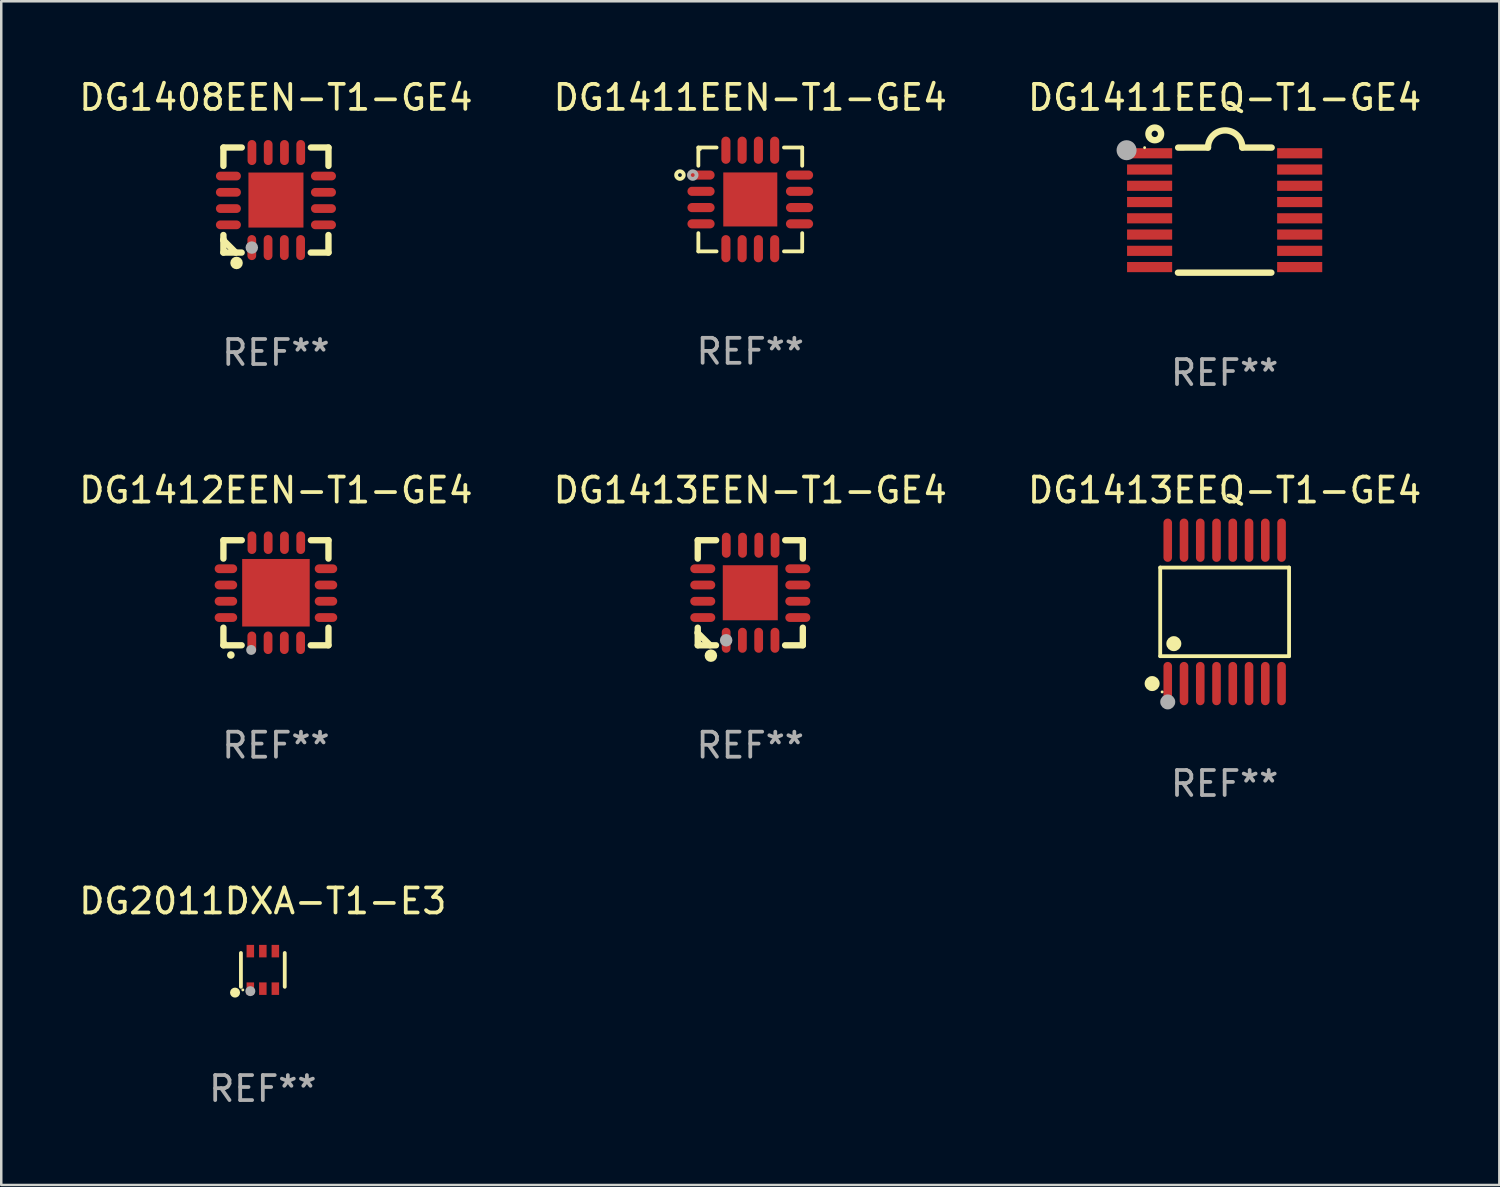
<source format=kicad_pcb>
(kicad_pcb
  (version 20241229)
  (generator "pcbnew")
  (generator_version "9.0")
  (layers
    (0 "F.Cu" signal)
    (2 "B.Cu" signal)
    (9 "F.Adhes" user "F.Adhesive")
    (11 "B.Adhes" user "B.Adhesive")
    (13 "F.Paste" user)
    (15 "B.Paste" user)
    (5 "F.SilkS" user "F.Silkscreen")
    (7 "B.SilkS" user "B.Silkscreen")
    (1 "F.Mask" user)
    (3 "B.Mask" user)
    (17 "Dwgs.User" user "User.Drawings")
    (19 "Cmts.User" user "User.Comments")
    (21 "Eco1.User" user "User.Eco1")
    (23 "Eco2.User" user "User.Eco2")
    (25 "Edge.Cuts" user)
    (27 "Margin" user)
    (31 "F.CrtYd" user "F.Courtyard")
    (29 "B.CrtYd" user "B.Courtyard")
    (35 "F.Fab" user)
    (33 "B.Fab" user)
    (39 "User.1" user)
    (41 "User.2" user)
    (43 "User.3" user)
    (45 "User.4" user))
  (footprint "DG1413EEQ-T1-GE4"
    (layer "F.Cu")
    (at 45.911 21.413)
    (property "Reference" "DG1413EEQ-T1-GE4" (at 0 -4.866 0) (layer "F.SilkS") (effects (font (size 1 1) (thickness 0.15))))
    (attr through_hole)
    (fp_line (start -2.576 -1.772) (end 2.576 -1.772) (stroke (width 0.152) (type solid)) (layer "F.SilkS"))
    (fp_line (start -2.576 1.771) (end -2.576 -1.772) (stroke (width 0.152) (type solid)) (layer "F.SilkS"))
    (fp_line (start 2.576 -1.772) (end 2.576 1.771) (stroke (width 0.152) (type solid)) (layer "F.SilkS"))
    (fp_line (start 2.576 1.771) (end -2.576 1.771) (stroke (width 0.152) (type solid)) (layer "F.SilkS"))
    (fp_circle (center -2.899 2.866) (end -2.749 2.866) (stroke (width 0.3) (type solid)) (fill no) (layer "F.SilkS"))
    (fp_circle (center -2.5 3.2) (end -2.47 3.2) (stroke (width 0.06) (type solid)) (fill no) (layer "F.SilkS"))
    (fp_circle (center -2.032 1.27) (end -1.882 1.27) (stroke (width 0.3) (type solid)) (fill no) (layer "F.SilkS"))
    (fp_circle (center -2.275 3.6) (end -2.125 3.6) (stroke (width 0.3) (type solid)) (fill no) (layer "F.Fab"))
    (fp_text user "REF**" (at 0 6.866 0) (layer "F.Fab") (effects (font (size 1 1) (thickness 0.15))))
    (pad "1" smd oval (at -2.275 2.866) (size 0.343 1.731) (layers "F.Cu" "F.Mask" "F.Paste"))
    (pad "2" smd oval (at -1.625 2.866) (size 0.343 1.731) (layers "F.Cu" "F.Mask" "F.Paste"))
    (pad "3" smd oval (at -0.975 2.866) (size 0.343 1.731) (layers "F.Cu" "F.Mask" "F.Paste"))
    (pad "4" smd oval (at -0.325 2.866) (size 0.343 1.731) (layers "F.Cu" "F.Mask" "F.Paste"))
    (pad "5" smd oval (at 0.325 2.866) (size 0.343 1.731) (layers "F.Cu" "F.Mask" "F.Paste"))
    (pad "6" smd oval (at 0.975 2.866) (size 0.343 1.731) (layers "F.Cu" "F.Mask" "F.Paste"))
    (pad "7" smd oval (at 1.625 2.866) (size 0.343 1.731) (layers "F.Cu" "F.Mask" "F.Paste"))
    (pad "8" smd oval (at 2.275 2.866) (size 0.343 1.731) (layers "F.Cu" "F.Mask" "F.Paste"))
    (pad "9" smd oval (at 2.275 -2.866) (size 0.343 1.731) (layers "F.Cu" "F.Mask" "F.Paste"))
    (pad "10" smd oval (at 1.625 -2.866) (size 0.343 1.731) (layers "F.Cu" "F.Mask" "F.Paste"))
    (pad "11" smd oval (at 0.975 -2.866) (size 0.343 1.731) (layers "F.Cu" "F.Mask" "F.Paste"))
    (pad "12" smd oval (at 0.325 -2.866) (size 0.343 1.731) (layers "F.Cu" "F.Mask" "F.Paste"))
    (pad "13" smd oval (at -0.325 -2.866) (size 0.343 1.731) (layers "F.Cu" "F.Mask" "F.Paste"))
    (pad "14" smd oval (at -0.975 -2.866) (size 0.343 1.731) (layers "F.Cu" "F.Mask" "F.Paste"))
    (pad "15" smd oval (at -1.625 -2.866) (size 0.343 1.731) (layers "F.Cu" "F.Mask" "F.Paste"))
    (pad "16" smd oval (at -2.275 -2.866) (size 0.343 1.731) (layers "F.Cu" "F.Mask" "F.Paste")))
  (footprint "DG1413EEN-T1-GE4"
    (layer "F.Cu")
    (at 26.946 20.648)
    (property "Reference" "DG1413EEN-T1-GE4" (at 0 -4.1 0) (layer "F.SilkS") (effects (font (size 1 1) (thickness 0.15))))
    (attr through_hole)
    (fp_line (start -2.1 -2.1) (end -1.366 -2.1) (stroke (width 0.254) (type solid)) (layer "F.SilkS"))
    (fp_line (start -2.1 -1.366) (end -2.1 -2.1) (stroke (width 0.254) (type solid)) (layer "F.SilkS"))
    (fp_line (start -2.1 1.572) (end -2.1 1.607) (stroke (width 0.254) (type solid)) (layer "F.SilkS"))
    (fp_line (start -2.1 1.607) (end -1.607 2.1) (stroke (width 0.254) (type solid)) (layer "F.SilkS"))
    (fp_line (start -2.1 2.1) (end -2.1 1.397) (stroke (width 0.254) (type solid)) (layer "F.SilkS"))
    (fp_line (start -2.1 2.1) (end -1.371 2.1) (stroke (width 0.254) (type solid)) (layer "F.SilkS"))
    (fp_line (start 1.392 2.1) (end 2.1 2.1) (stroke (width 0.254) (type solid)) (layer "F.SilkS"))
    (fp_line (start 1.397 -2.1) (end 2.1 -2.1) (stroke (width 0.254) (type solid)) (layer "F.SilkS"))
    (fp_line (start 2.1 -1.366) (end 2.1 -2.1) (stroke (width 0.254) (type solid)) (layer "F.SilkS"))
    (fp_line (start 2.1 2.1) (end 2.1 1.397) (stroke (width 0.254) (type solid)) (layer "F.SilkS"))
    (fp_circle (center -2 2) (end -1.97 2) (stroke (width 0.06) (type solid)) (fill no) (layer "F.SilkS"))
    (fp_circle (center -1.575 2.515) (end -1.45 2.515) (stroke (width 0.25) (type solid)) (fill no) (layer "F.SilkS"))
    (fp_circle (center -0.965 1.9) (end -0.84 1.9) (stroke (width 0.25) (type solid)) (fill no) (layer "F.Fab"))
    (fp_text user "REF**" (at 0 6.1 0) (layer "F.Fab") (effects (font (size 1 1) (thickness 0.15))))
    (pad "1" smd oval (at -0.965 1.9) (size 0.35 1) (layers "F.Cu" "F.Mask" "F.Paste"))
    (pad "2" smd oval (at -0.315 1.9) (size 0.35 1) (layers "F.Cu" "F.Mask" "F.Paste"))
    (pad "3" smd oval (at 0.335 1.9) (size 0.35 1) (layers "F.Cu" "F.Mask" "F.Paste"))
    (pad "4" smd oval (at 0.986 1.9) (size 0.35 1) (layers "F.Cu" "F.Mask" "F.Paste"))
    (pad "5" smd oval (at 1.9 0.991) (size 1 0.35) (layers "F.Cu" "F.Mask" "F.Paste"))
    (pad "6" smd oval (at 1.9 0.34) (size 1 0.35) (layers "F.Cu" "F.Mask" "F.Paste"))
    (pad "7" smd oval (at 1.9 -0.31) (size 1 0.35) (layers "F.Cu" "F.Mask" "F.Paste"))
    (pad "8" smd oval (at 1.9 -0.96) (size 1 0.35) (layers "F.Cu" "F.Mask" "F.Paste"))
    (pad "9" smd oval (at 0.991 -1.9) (size 0.35 1) (layers "F.Cu" "F.Mask" "F.Paste"))
    (pad "10" smd oval (at 0.34 -1.9) (size 0.35 1) (layers "F.Cu" "F.Mask" "F.Paste"))
    (pad "11" smd oval (at -0.31 -1.9) (size 0.35 1) (layers "F.Cu" "F.Mask" "F.Paste"))
    (pad "12" smd oval (at -0.96 -1.9) (size 0.35 1) (layers "F.Cu" "F.Mask" "F.Paste"))
    (pad "13" smd oval (at -1.9 -0.96) (size 1 0.35) (layers "F.Cu" "F.Mask" "F.Paste"))
    (pad "14" smd oval (at -1.9 -0.31) (size 1 0.35) (layers "F.Cu" "F.Mask" "F.Paste"))
    (pad "15" smd oval (at -1.9 0.34) (size 1 0.35) (layers "F.Cu" "F.Mask" "F.Paste"))
    (pad "16" smd oval (at -1.9 0.991) (size 1 0.35) (layers "F.Cu" "F.Mask" "F.Paste"))
    (pad "17" smd rect (at 0 0) (size 2.2 2.2) (layers "F.Cu" "F.Mask" "F.Paste")))
  (footprint "DG1411EEN-T1-GE4"
    (layer "F.Cu")
    (at 26.946 4.924)
    (property "Reference" "DG1411EEN-T1-GE4" (at 0 -4.076 0) (layer "F.SilkS") (effects (font (size 1 1) (thickness 0.15))))
    (attr through_hole)
    (fp_line (start -2.076 -2.076) (end -2.076 -1.347) (stroke (width 0.152) (type solid)) (layer "F.SilkS"))
    (fp_line (start -2.076 2.076) (end -2.076 1.347) (stroke (width 0.152) (type solid)) (layer "F.SilkS"))
    (fp_line (start -1.347 -2.076) (end -2.076 -2.076) (stroke (width 0.152) (type solid)) (layer "F.SilkS"))
    (fp_line (start -1.347 2.076) (end -2.076 2.076) (stroke (width 0.152) (type solid)) (layer "F.SilkS"))
    (fp_line (start 1.347 -2.076) (end 2.076 -2.076) (stroke (width 0.152) (type solid)) (layer "F.SilkS"))
    (fp_line (start 1.347 2.076) (end 2.076 2.076) (stroke (width 0.152) (type solid)) (layer "F.SilkS"))
    (fp_line (start 2.076 -2.076) (end 2.076 -1.347) (stroke (width 0.152) (type solid)) (layer "F.SilkS"))
    (fp_line (start 2.076 2.076) (end 2.076 1.347) (stroke (width 0.152) (type solid)) (layer "F.SilkS"))
    (fp_circle (center -2.812 -0.975) (end -2.736 -0.975) (stroke (width 0.153) (type solid)) (fill no) (layer "F.SilkS"))
    (fp_circle (center -2 -2) (end -1.97 -2) (stroke (width 0.06) (type solid)) (fill no) (layer "F.SilkS"))
    (fp_circle (center -2.3 -0.975) (end -2.224 -0.975) (stroke (width 0.153) (type solid)) (fill no) (layer "F.Fab"))
    (fp_text user "REF**" (at 0 6.076 0) (layer "F.Fab") (effects (font (size 1 1) (thickness 0.15))))
    (pad "1" smd oval (at -1.969 -0.975 270) (size 0.364 1.087) (layers "F.Cu" "F.Mask" "F.Paste"))
    (pad "2" smd oval (at -1.969 -0.325 270) (size 0.364 1.087) (layers "F.Cu" "F.Mask" "F.Paste"))
    (pad "3" smd oval (at -1.969 0.325 270) (size 0.364 1.087) (layers "F.Cu" "F.Mask" "F.Paste"))
    (pad "4" smd oval (at -1.969 0.975 270) (size 0.364 1.087) (layers "F.Cu" "F.Mask" "F.Paste"))
    (pad "5" smd oval (at -0.975 1.969 270) (size 1.087 0.364) (layers "F.Cu" "F.Mask" "F.Paste"))
    (pad "6" smd oval (at -0.325 1.969 270) (size 1.087 0.364) (layers "F.Cu" "F.Mask" "F.Paste"))
    (pad "7" smd oval (at 0.325 1.969 270) (size 1.087 0.364) (layers "F.Cu" "F.Mask" "F.Paste"))
    (pad "8" smd oval (at 0.975 1.969 270) (size 1.087 0.364) (layers "F.Cu" "F.Mask" "F.Paste"))
    (pad "9" smd oval (at 1.969 0.975 270) (size 0.364 1.087) (layers "F.Cu" "F.Mask" "F.Paste"))
    (pad "10" smd oval (at 1.969 0.325 270) (size 0.364 1.087) (layers "F.Cu" "F.Mask" "F.Paste"))
    (pad "11" smd oval (at 1.969 -0.325 270) (size 0.364 1.087) (layers "F.Cu" "F.Mask" "F.Paste"))
    (pad "12" smd oval (at 1.969 -0.975 270) (size 0.364 1.087) (layers "F.Cu" "F.Mask" "F.Paste"))
    (pad "13" smd oval (at 0.975 -1.969 270) (size 1.087 0.364) (layers "F.Cu" "F.Mask" "F.Paste"))
    (pad "14" smd oval (at 0.325 -1.969 270) (size 1.087 0.364) (layers "F.Cu" "F.Mask" "F.Paste"))
    (pad "15" smd oval (at -0.325 -1.969 270) (size 1.087 0.364) (layers "F.Cu" "F.Mask" "F.Paste"))
    (pad "16" smd oval (at -0.975 -1.969 270) (size 1.087 0.364) (layers "F.Cu" "F.Mask" "F.Paste"))
    (pad "17" smd rect (at 0 0) (size 2.16 2.16) (layers "F.Cu" "F.Mask" "F.Paste")))
  (footprint "DG2011DXA-T1-E3"
    (layer "F.Cu")
    (at 7.458 35.726)
    (property "Reference" "DG2011DXA-T1-E3" (at 0 -2.75 0) (layer "F.SilkS") (effects (font (size 1 1) (thickness 0.15))))
    (attr through_hole)
    (fp_line (start -0.876 0.676) (end -0.876 -0.676) (stroke (width 0.152) (type solid)) (layer "F.SilkS"))
    (fp_line (start 0.876 0.676) (end 0.876 -0.676) (stroke (width 0.152) (type solid)) (layer "F.SilkS"))
    (fp_circle (center -1.111 0.908) (end -1.011 0.908) (stroke (width 0.2) (type solid)) (fill no) (layer "F.SilkS"))
    (fp_circle (center -0.8 0.8) (end -0.77 0.8) (stroke (width 0.06) (type solid)) (fill no) (layer "F.SilkS"))
    (fp_circle (center -0.499 0.85) (end -0.399 0.85) (stroke (width 0.2) (type solid)) (fill no) (layer "F.Fab"))
    (fp_text user "REF**" (at 0 4.75 0) (layer "F.Fab") (effects (font (size 1 1) (thickness 0.15))))
    (pad "1" smd rect (at -0.5 0.75) (size 0.3 0.5) (layers "F.Cu" "F.Mask" "F.Paste"))
    (pad "2" smd rect (at 0 0.75) (size 0.3 0.5) (layers "F.Cu" "F.Mask" "F.Paste"))
    (pad "3" smd rect (at 0.5 0.75) (size 0.3 0.5) (layers "F.Cu" "F.Mask" "F.Paste"))
    (pad "4" smd rect (at 0.5 -0.75) (size 0.3 0.5) (layers "F.Cu" "F.Mask" "F.Paste"))
    (pad "5" smd rect (at 0 -0.75) (size 0.3 0.5) (layers "F.Cu" "F.Mask" "F.Paste"))
    (pad "6" smd rect (at -0.5 -0.75) (size 0.3 0.5) (layers "F.Cu" "F.Mask" "F.Paste")))
  (footprint "DG1411EEQ-T1-GE4"
    (layer "F.Cu")
    (at 45.911 5.35)
    (property "Reference" "DG1411EEQ-T1-GE4" (at 0 -4.501 0) (layer "F.SilkS") (effects (font (size 1 1) (thickness 0.15))))
    (attr through_hole)
    (fp_line (start -1.868 2.501) (end 1.868 2.501) (stroke (width 0.254) (type solid)) (layer "F.SilkS"))
    (fp_line (start -1.86 -2.499) (end -0.666 -2.501) (stroke (width 0.254) (type solid)) (layer "F.SilkS"))
    (fp_line (start 0.706 -2.501) (end 1.88 -2.499) (stroke (width 0.254) (type solid)) (layer "F.SilkS"))
    (fp_arc (start -0.665914 -2.501448) (mid 0.019888 -3.18725) (end 0.70569 -2.501448) (stroke (width 0.254001) (type solid)) (layer "F.SilkS"))
    (fp_circle (center -3.2 -2.497) (end -3.17 -2.497) (stroke (width 0.06) (type solid)) (fill no) (layer "F.SilkS"))
    (fp_circle (center -2.794 -3.047) (end -2.54 -3.047) (stroke (width 0.254) (type solid)) (fill no) (layer "F.SilkS"))
    (fp_circle (center -3.921 -2.395) (end -3.721 -2.395) (stroke (width 0.4) (type solid)) (fill no) (layer "F.Fab"))
    (fp_text user "REF**" (at 0 6.501 0) (layer "F.Fab") (effects (font (size 1 1) (thickness 0.15))))
    (pad "1" smd rect (at -3 -2.272) (size 1.803 0.406) (layers "F.Cu" "F.Mask" "F.Paste"))
    (pad "2" smd rect (at -3 -1.622) (size 1.803 0.406) (layers "F.Cu" "F.Mask" "F.Paste"))
    (pad "3" smd rect (at -3 -0.972) (size 1.803 0.406) (layers "F.Cu" "F.Mask" "F.Paste"))
    (pad "4" smd rect (at -3 -0.322) (size 1.803 0.406) (layers "F.Cu" "F.Mask" "F.Paste"))
    (pad "5" smd rect (at -3 0.328) (size 1.803 0.406) (layers "F.Cu" "F.Mask" "F.Paste"))
    (pad "6" smd rect (at -3 0.978) (size 1.803 0.406) (layers "F.Cu" "F.Mask" "F.Paste"))
    (pad "7" smd rect (at -3 1.628) (size 1.803 0.406) (layers "F.Cu" "F.Mask" "F.Paste"))
    (pad "8" smd rect (at -3 2.278) (size 1.803 0.406) (layers "F.Cu" "F.Mask" "F.Paste"))
    (pad "9" smd rect (at 3 2.278) (size 1.803 0.406) (layers "F.Cu" "F.Mask" "F.Paste"))
    (pad "10" smd rect (at 3 1.628) (size 1.803 0.406) (layers "F.Cu" "F.Mask" "F.Paste"))
    (pad "11" smd rect (at 3 0.978) (size 1.803 0.406) (layers "F.Cu" "F.Mask" "F.Paste"))
    (pad "12" smd rect (at 3 0.328) (size 1.803 0.406) (layers "F.Cu" "F.Mask" "F.Paste"))
    (pad "13" smd rect (at 3 -0.322) (size 1.803 0.406) (layers "F.Cu" "F.Mask" "F.Paste"))
    (pad "14" smd rect (at 3 -0.972) (size 1.803 0.406) (layers "F.Cu" "F.Mask" "F.Paste"))
    (pad "15" smd rect (at 3 -1.622) (size 1.803 0.406) (layers "F.Cu" "F.Mask" "F.Paste"))
    (pad "16" smd rect (at 3 -2.272) (size 1.803 0.406) (layers "F.Cu" "F.Mask" "F.Paste")))
  (footprint "DG1412EEN-T1-GE4"
    (layer "F.Cu")
    (at 7.982 20.648)
    (property "Reference" "DG1412EEN-T1-GE4" (at 0 -4.1 0) (layer "F.SilkS") (effects (font (size 1 1) (thickness 0.15))))
    (attr through_hole)
    (fp_line (start -2.1 -2.1) (end -1.366 -2.1) (stroke (width 0.254) (type solid)) (layer "F.SilkS"))
    (fp_line (start -2.1 -1.366) (end -2.1 -2.1) (stroke (width 0.254) (type solid)) (layer "F.SilkS"))
    (fp_line (start -2.1 2.1) (end -2.1 1.397) (stroke (width 0.254) (type solid)) (layer "F.SilkS"))
    (fp_line (start -2.1 2.1) (end -1.371 2.1) (stroke (width 0.254) (type solid)) (layer "F.SilkS"))
    (fp_line (start 1.392 2.1) (end 2.1 2.1) (stroke (width 0.254) (type solid)) (layer "F.SilkS"))
    (fp_line (start 1.397 -2.1) (end 2.1 -2.1) (stroke (width 0.254) (type solid)) (layer "F.SilkS"))
    (fp_line (start 2.1 -1.366) (end 2.1 -2.1) (stroke (width 0.254) (type solid)) (layer "F.SilkS"))
    (fp_line (start 2.1 2.1) (end 2.1 1.397) (stroke (width 0.254) (type solid)) (layer "F.SilkS"))
    (fp_arc (start -1.803404 2.489205) (mid -1.802134 2.4892) (end -1.800864 2.489205) (stroke (width 0.3) (type solid)) (layer "F.SilkS"))
    (fp_circle (center -2 2) (end -1.97 2) (stroke (width 0.06) (type solid)) (fill no) (layer "F.SilkS"))
    (fp_circle (center -0.991 2.286) (end -0.891 2.286) (stroke (width 0.2) (type solid)) (fill no) (layer "F.Fab"))
    (fp_text user "REF**" (at 0 6.1 0) (layer "F.Fab") (effects (font (size 1 1) (thickness 0.15))))
    (pad "1" smd oval (at -0.965 2) (size 0.35 0.9) (layers "F.Cu" "F.Mask" "F.Paste"))
    (pad "2" smd oval (at -0.315 2) (size 0.35 0.9) (layers "F.Cu" "F.Mask" "F.Paste"))
    (pad "3" smd oval (at 0.335 2) (size 0.35 0.9) (layers "F.Cu" "F.Mask" "F.Paste"))
    (pad "4" smd oval (at 0.986 2) (size 0.35 0.9) (layers "F.Cu" "F.Mask" "F.Paste"))
    (pad "5" smd oval (at 2 0.991 90) (size 0.35 0.9) (layers "F.Cu" "F.Mask" "F.Paste"))
    (pad "6" smd oval (at 2 0.34 90) (size 0.35 0.9) (layers "F.Cu" "F.Mask" "F.Paste"))
    (pad "7" smd oval (at 2 -0.31 90) (size 0.35 0.9) (layers "F.Cu" "F.Mask" "F.Paste"))
    (pad "8" smd oval (at 2 -0.96 90) (size 0.35 0.9) (layers "F.Cu" "F.Mask" "F.Paste"))
    (pad "9" smd oval (at 0.991 -2) (size 0.35 0.9) (layers "F.Cu" "F.Mask" "F.Paste"))
    (pad "10" smd oval (at 0.34 -2) (size 0.35 0.9) (layers "F.Cu" "F.Mask" "F.Paste"))
    (pad "11" smd oval (at -0.31 -2) (size 0.35 0.9) (layers "F.Cu" "F.Mask" "F.Paste"))
    (pad "12" smd oval (at -0.96 -2) (size 0.35 0.9) (layers "F.Cu" "F.Mask" "F.Paste"))
    (pad "13" smd oval (at -2 -0.96 90) (size 0.35 0.9) (layers "F.Cu" "F.Mask" "F.Paste"))
    (pad "14" smd oval (at -2 -0.31 90) (size 0.35 0.9) (layers "F.Cu" "F.Mask" "F.Paste"))
    (pad "15" smd oval (at -2 0.34 90) (size 0.35 0.9) (layers "F.Cu" "F.Mask" "F.Paste"))
    (pad "16" smd oval (at -2 0.991 90) (size 0.35 0.9) (layers "F.Cu" "F.Mask" "F.Paste"))
    (pad "17" smd rect (at 0 0 90) (size 2.7 2.7) (layers "F.Cu" "F.Mask" "F.Paste")))
  (footprint "DG1408EEN-T1-GE4"
    (layer "F.Cu")
    (at 7.982 4.948)
    (property "Reference" "DG1408EEN-T1-GE4" (at 0 -4.1 0) (layer "F.SilkS") (effects (font (size 1 1) (thickness 0.15))))
    (attr through_hole)
    (fp_line (start -2.1 -2.1) (end -1.366 -2.1) (stroke (width 0.254) (type solid)) (layer "F.SilkS"))
    (fp_line (start -2.1 -1.366) (end -2.1 -2.1) (stroke (width 0.254) (type solid)) (layer "F.SilkS"))
    (fp_line (start -2.1 1.572) (end -2.1 1.607) (stroke (width 0.254) (type solid)) (layer "F.SilkS"))
    (fp_line (start -2.1 1.607) (end -1.607 2.1) (stroke (width 0.254) (type solid)) (layer "F.SilkS"))
    (fp_line (start -2.1 2.1) (end -2.1 1.397) (stroke (width 0.254) (type solid)) (layer "F.SilkS"))
    (fp_line (start -2.1 2.1) (end -1.371 2.1) (stroke (width 0.254) (type solid)) (layer "F.SilkS"))
    (fp_line (start 1.392 2.1) (end 2.1 2.1) (stroke (width 0.254) (type solid)) (layer "F.SilkS"))
    (fp_line (start 1.397 -2.1) (end 2.1 -2.1) (stroke (width 0.254) (type solid)) (layer "F.SilkS"))
    (fp_line (start 2.1 -1.366) (end 2.1 -2.1) (stroke (width 0.254) (type solid)) (layer "F.SilkS"))
    (fp_line (start 2.1 2.1) (end 2.1 1.397) (stroke (width 0.254) (type solid)) (layer "F.SilkS"))
    (fp_circle (center -2 2) (end -1.97 2) (stroke (width 0.06) (type solid)) (fill no) (layer "F.SilkS"))
    (fp_circle (center -1.575 2.515) (end -1.45 2.515) (stroke (width 0.25) (type solid)) (fill no) (layer "F.SilkS"))
    (fp_circle (center -0.965 1.9) (end -0.84 1.9) (stroke (width 0.25) (type solid)) (fill no) (layer "F.Fab"))
    (fp_text user "REF**" (at 0 6.1 0) (layer "F.Fab") (effects (font (size 1 1) (thickness 0.15))))
    (pad "1" smd oval (at -0.965 1.9) (size 0.35 1) (layers "F.Cu" "F.Mask" "F.Paste"))
    (pad "2" smd oval (at -0.315 1.9) (size 0.35 1) (layers "F.Cu" "F.Mask" "F.Paste"))
    (pad "3" smd oval (at 0.335 1.9) (size 0.35 1) (layers "F.Cu" "F.Mask" "F.Paste"))
    (pad "4" smd oval (at 0.986 1.9) (size 0.35 1) (layers "F.Cu" "F.Mask" "F.Paste"))
    (pad "5" smd oval (at 1.9 0.991) (size 1 0.35) (layers "F.Cu" "F.Mask" "F.Paste"))
    (pad "6" smd oval (at 1.9 0.34) (size 1 0.35) (layers "F.Cu" "F.Mask" "F.Paste"))
    (pad "7" smd oval (at 1.9 -0.31) (size 1 0.35) (layers "F.Cu" "F.Mask" "F.Paste"))
    (pad "8" smd oval (at 1.9 -0.96) (size 1 0.35) (layers "F.Cu" "F.Mask" "F.Paste"))
    (pad "9" smd oval (at 0.991 -1.9) (size 0.35 1) (layers "F.Cu" "F.Mask" "F.Paste"))
    (pad "10" smd oval (at 0.34 -1.9) (size 0.35 1) (layers "F.Cu" "F.Mask" "F.Paste"))
    (pad "11" smd oval (at -0.31 -1.9) (size 0.35 1) (layers "F.Cu" "F.Mask" "F.Paste"))
    (pad "12" smd oval (at -0.96 -1.9) (size 0.35 1) (layers "F.Cu" "F.Mask" "F.Paste"))
    (pad "13" smd oval (at -1.9 -0.96) (size 1 0.35) (layers "F.Cu" "F.Mask" "F.Paste"))
    (pad "14" smd oval (at -1.9 -0.31) (size 1 0.35) (layers "F.Cu" "F.Mask" "F.Paste"))
    (pad "15" smd oval (at -1.9 0.34) (size 1 0.35) (layers "F.Cu" "F.Mask" "F.Paste"))
    (pad "16" smd oval (at -1.9 0.991) (size 1 0.35) (layers "F.Cu" "F.Mask" "F.Paste"))
    (pad "17" smd rect (at 0 0) (size 2.2 2.2) (layers "F.Cu" "F.Mask" "F.Paste")))
  (gr_rect
    (start -3 -3)
    (end 56.893 44.324)
    (stroke (width 0.1) (type default))
    (fill no)
    (layer "Edge.Cuts")))
</source>
